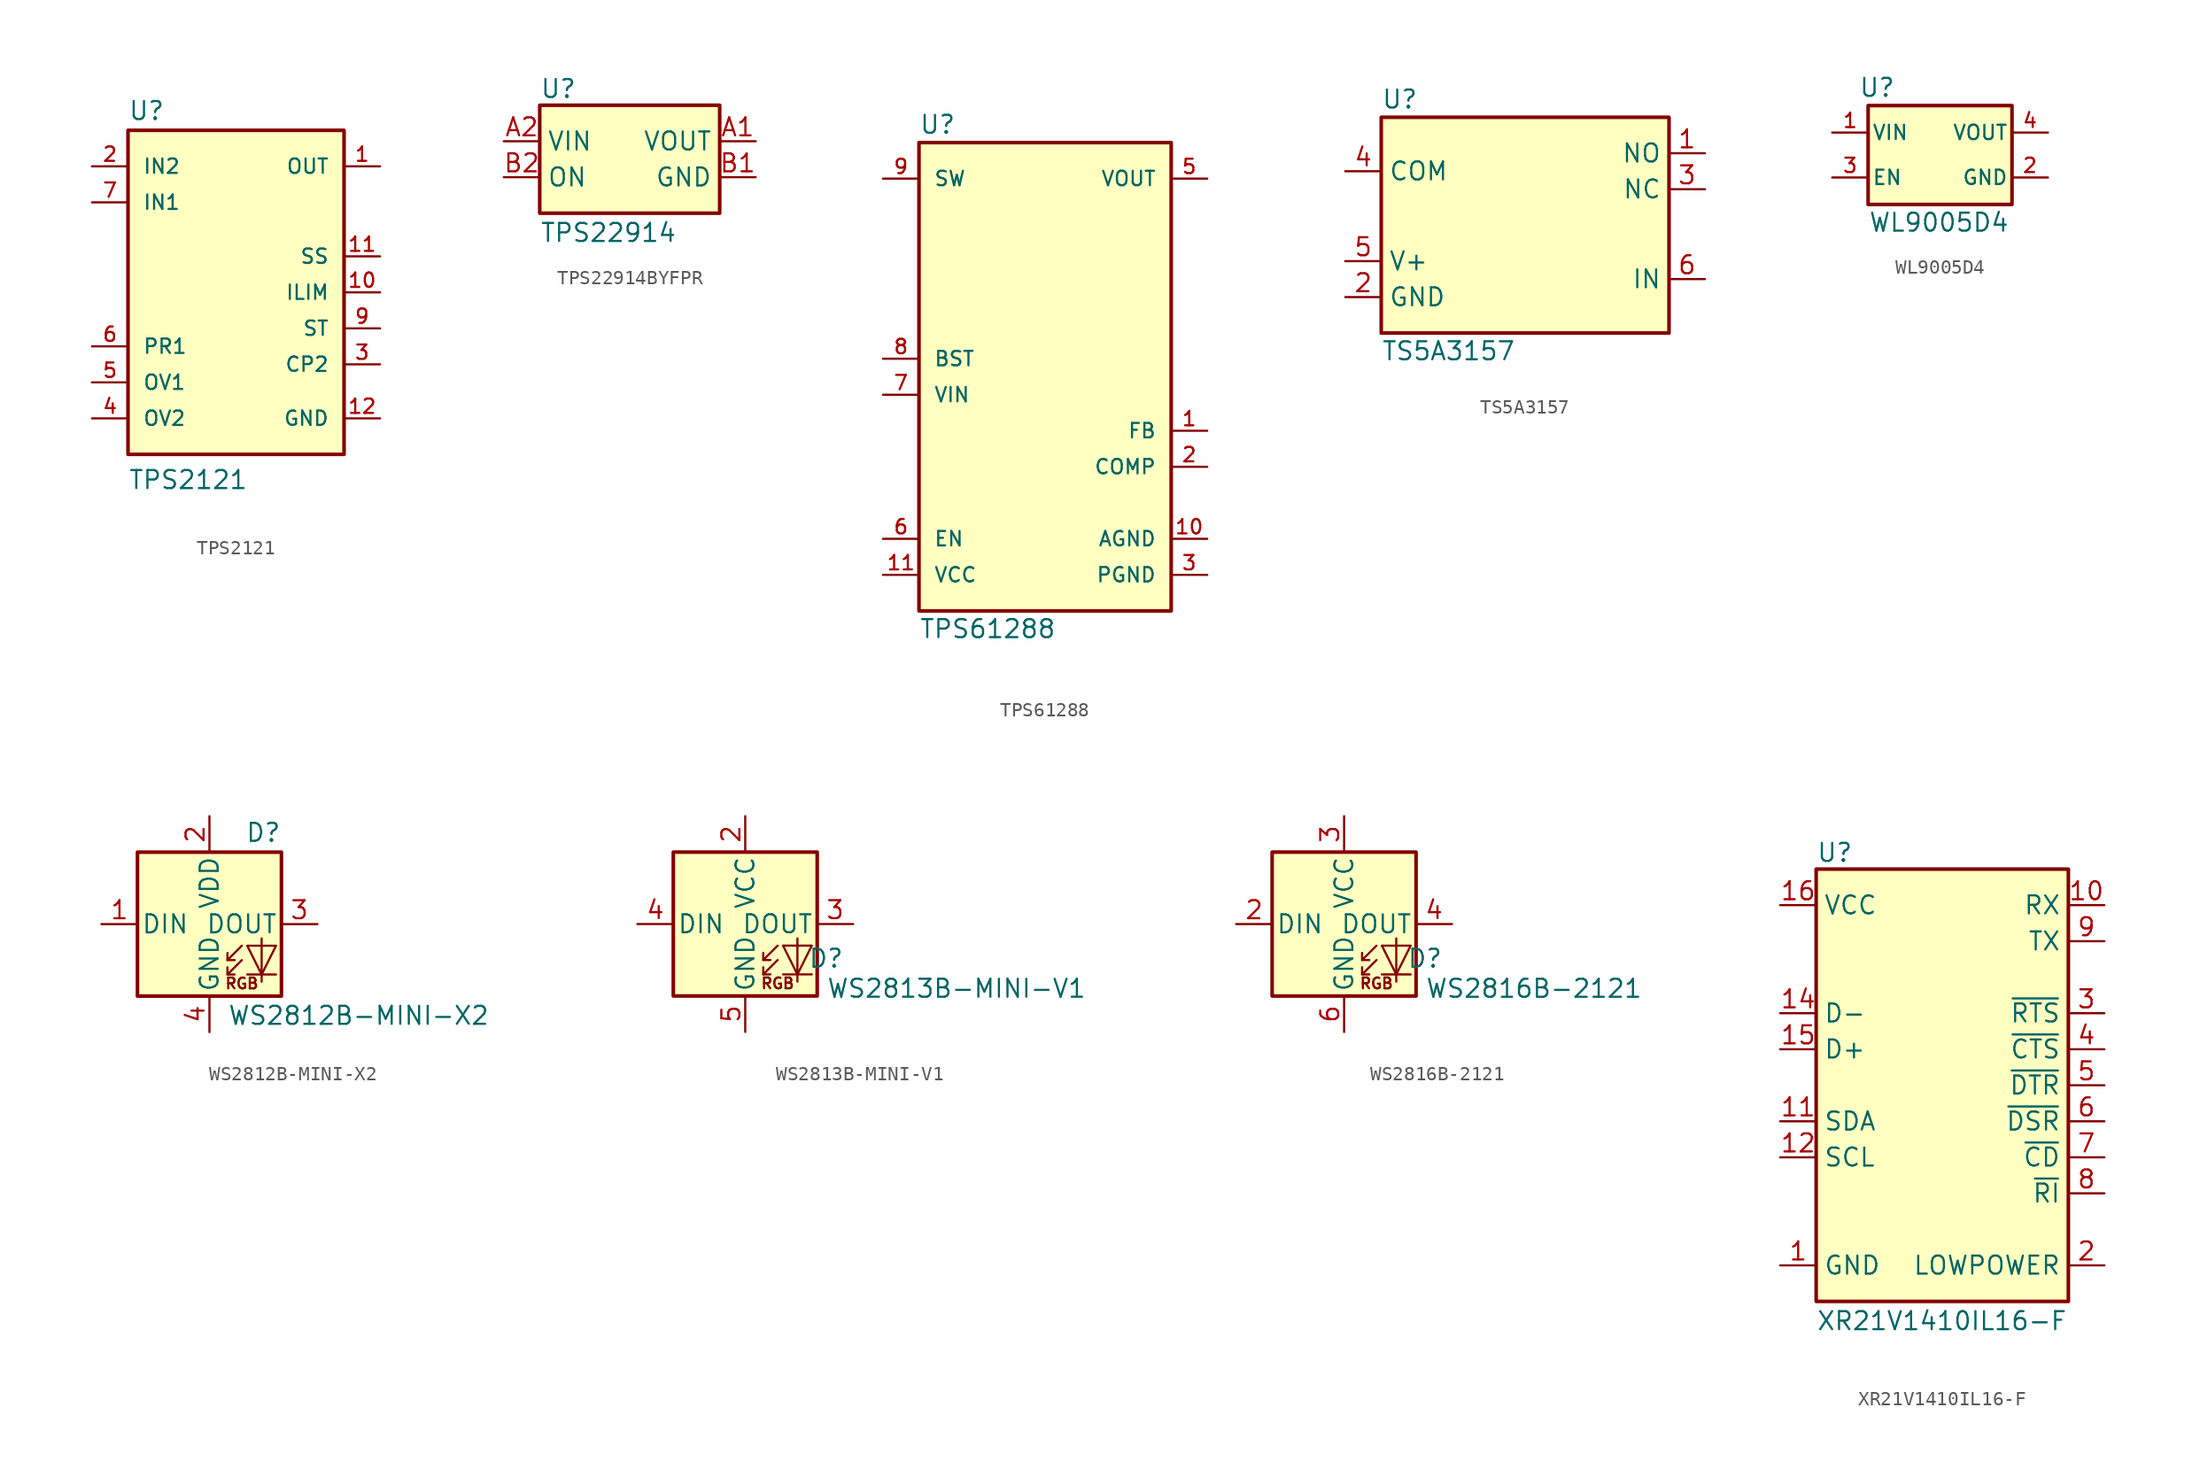
<source format=kicad_sym>
(kicad_symbol_lib
  (version 20241209)
  (generator "kicad_symbol_editor")
  (generator_version "9.0")
  (symbol "TPS2121"
    (pin_names
      (offset 1.016))
    (property "Reference" "U"
      (at -7.62 12.065 0)
      (do_not_autoplace)
      (effects (font (size 1.27 1.27)) (justify left bottom)))
    (property "Value" "TPS2121"
      (at -7.62 -13.97 0)
      (do_not_autoplace)
      (effects (font (size 1.27 1.27)) (justify left bottom)))
    (symbol "TPS2121_0_0"
      (rectangle (start -7.62 11.43) (end 7.62 -11.43) (stroke (width 0.254) (type default)) (fill (type background)))
      (pin input line (at -10.16 8.89 0) (length 2.54) (name "IN2" (effects (font (size 1.016 1.016)))) (number "2" (effects (font (size 1.016 1.016)))))
      (pin input line (at -10.16 6.35 0) (length 2.54) (name "IN1" (effects (font (size 1.016 1.016)))) (number "7" (effects (font (size 1.016 1.016)))))
      (pin input line (at -10.16 -3.81 0) (length 2.54) (name "PR1" (effects (font (size 1.016 1.016)))) (number "6" (effects (font (size 1.016 1.016)))))
      (pin input line (at -10.16 -6.35 0) (length 2.54) (name "OV1" (effects (font (size 1.016 1.016)))) (number "5" (effects (font (size 1.016 1.016)))))
      (pin input line (at -10.16 -8.89 0) (length 2.54) (name "OV2" (effects (font (size 1.016 1.016)))) (number "4" (effects (font (size 1.016 1.016)))))
      (pin output line (at 10.16 8.89 180) (length 2.54) (name "OUT" (effects (font (size 1.016 1.016)))) (number "1" (effects (font (size 1.016 1.016)))))
      (pin output line (at 10.16 8.89 180) (length 2.54) (hide yes) (name "OUT" (effects (font (size 1.016 1.016)))) (number "8" (effects (font (size 1.016 1.016)))))
      (pin passive line (at 10.16 2.54 180) (length 2.54) (name "SS" (effects (font (size 1.016 1.016)))) (number "11" (effects (font (size 1.016 1.016)))))
      (pin passive line (at 10.16 0 180) (length 2.54) (name "ILIM" (effects (font (size 1.016 1.016)))) (number "10" (effects (font (size 1.016 1.016)))))
      (pin output line (at 10.16 -2.54 180) (length 2.54) (name "ST" (effects (font (size 1.016 1.016)))) (number "9" (effects (font (size 1.016 1.016)))))
      (pin input line (at 10.16 -5.08 180) (length 2.54) (name "CP2" (effects (font (size 1.016 1.016)))) (number "3" (effects (font (size 1.016 1.016)))))
      (pin power_in line (at 10.16 -8.89 180) (length 2.54) (name "GND" (effects (font (size 1.016 1.016)))) (number "12" (effects (font (size 1.016 1.016)))))))
  (symbol "TPS22914BYFPR"
    (property "Reference" "U"
      (at -6.35 5.715 0)
      (do_not_autoplace)
      (effects (font (size 1.27 1.27)) (justify left top)))
    (property "Value" "TPS22914"
      (at -6.35 -4.445 0)
      (do_not_autoplace)
      (effects (font (size 1.27 1.27)) (justify left top)))
    (symbol "TPS22914BYFPR_1_1"
      (rectangle (start -6.35 3.81) (end 6.35 -3.81) (stroke (width 0.254) (type default)) (fill (type background)))
      (pin passive line (at -8.89 1.27 0) (length 2.54) (name "VIN" (effects (font (size 1.27 1.27)))) (number "A2" (effects (font (size 1.27 1.27)))))
      (pin passive line (at -8.89 -1.27 0) (length 2.54) (name "ON" (effects (font (size 1.27 1.27)))) (number "B2" (effects (font (size 1.27 1.27)))))
      (pin passive line (at 8.89 1.27 180) (length 2.54) (name "VOUT" (effects (font (size 1.27 1.27)))) (number "A1" (effects (font (size 1.27 1.27)))))
      (pin passive line (at 8.89 -1.27 180) (length 2.54) (name "GND" (effects (font (size 1.27 1.27)))) (number "B1" (effects (font (size 1.27 1.27)))))))
  (symbol "TPS61288"
    (pin_names
      (offset 1.016))
    (property "Reference" "U"
      (at -8.89 17.78 0)
      (do_not_autoplace)
      (effects (font (size 1.27 1.27)) (justify left)))
    (property "Value" "TPS61288"
      (at -8.89 -17.78 0)
      (do_not_autoplace)
      (effects (font (size 1.27 1.27)) (justify left)))
    (symbol "TPS61288_0_0"
      (rectangle (start -8.89 16.51) (end 8.89 -16.51) (stroke (width 0.254) (type default)) (fill (type background)))
      (pin power_out line (at -11.43 13.97 0) (length 2.54) (hide yes) (name "SW" (effects (font (size 1.016 1.016)))) (number "4" (effects (font (size 1.016 1.016)))))
      (pin power_out line (at -11.43 13.97 0) (length 2.54) (name "SW" (effects (font (size 1.016 1.016)))) (number "9" (effects (font (size 1.016 1.016)))))
      (pin output line (at -11.43 1.27 0) (length 2.54) (name "BST" (effects (font (size 1.016 1.016)))) (number "8" (effects (font (size 1.016 1.016)))))
      (pin power_in line (at -11.43 -1.27 0) (length 2.54) (name "VIN" (effects (font (size 1.016 1.016)))) (number "7" (effects (font (size 1.016 1.016)))))
      (pin input line (at -11.43 -11.43 0) (length 2.54) (name "EN" (effects (font (size 1.016 1.016)))) (number "6" (effects (font (size 1.016 1.016)))))
      (pin power_out line (at -11.43 -13.97 0) (length 2.54) (name "VCC" (effects (font (size 1.016 1.016)))) (number "11" (effects (font (size 1.016 1.016)))))
      (pin power_out line (at 11.43 13.97 180) (length 2.54) (name "VOUT" (effects (font (size 1.016 1.016)))) (number "5" (effects (font (size 1.016 1.016)))))
      (pin input line (at 11.43 -3.81 180) (length 2.54) (name "FB" (effects (font (size 1.016 1.016)))) (number "1" (effects (font (size 1.016 1.016)))))
      (pin output line (at 11.43 -6.35 180) (length 2.54) (name "COMP" (effects (font (size 1.016 1.016)))) (number "2" (effects (font (size 1.016 1.016)))))
      (pin power_in line (at 11.43 -11.43 180) (length 2.54) (name "AGND" (effects (font (size 1.016 1.016)))) (number "10" (effects (font (size 1.016 1.016)))))
      (pin power_in line (at 11.43 -13.97 180) (length 2.54) (name "PGND" (effects (font (size 1.016 1.016)))) (number "3" (effects (font (size 1.016 1.016)))))))
  (symbol "TS5A3157"
    (property "Reference" "U"
      (at -10.16 8.89 0)
      (do_not_autoplace)
      (effects (font (size 1.27 1.27)) (justify left)))
    (property "Value" "TS5A3157"
      (at -10.16 -8.89 0)
      (do_not_autoplace)
      (effects (font (size 1.27 1.27)) (justify left)))
    (symbol "TS5A3157_0_0"
      (rectangle (start -10.16 7.62) (end 10.16 -7.62) (stroke (width 0.254) (type default)) (fill (type background))))
    (symbol "TS5A3157_1_1"
      (pin bidirectional line (at -12.7 3.81 0) (length 2.54) (name "COM" (effects (font (size 1.27 1.27)))) (number "4" (effects (font (size 1.27 1.27)))))
      (pin power_in line (at -12.7 -2.54 0) (length 2.54) (name "V+" (effects (font (size 1.27 1.27)))) (number "5" (effects (font (size 1.27 1.27)))))
      (pin passive line (at -12.7 -5.08 0) (length 2.54) (name "GND" (effects (font (size 1.27 1.27)))) (number "2" (effects (font (size 1.27 1.27)))))
      (pin bidirectional line (at 12.7 5.08 180) (length 2.54) (name "NO" (effects (font (size 1.27 1.27)))) (number "1" (effects (font (size 1.27 1.27)))))
      (pin bidirectional line (at 12.7 2.54 180) (length 2.54) (name "NC" (effects (font (size 1.27 1.27)))) (number "3" (effects (font (size 1.27 1.27)))))
      (pin input line (at 12.7 -3.81 180) (length 2.54) (name "IN" (effects (font (size 1.27 1.27)))) (number "6" (effects (font (size 1.27 1.27)))))))
  (symbol "WL9005D4"
    (pin_names
      (offset 0.254))
    (property "Reference" "U"
      (at -4.445 3.175 0)
      (do_not_autoplace)
      (effects (font (size 1.27 1.27))))
    (property "Value" "WL9005D4"
      (at -5.08 -6.35 0)
      (do_not_autoplace)
      (effects (font (size 1.27 1.27)) (justify left)))
    (symbol "WL9005D4_0_1"
      (rectangle (start -5.08 1.905) (end 5.08 -5.08) (stroke (width 0.254) (type default)) (fill (type background))))
    (symbol "WL9005D4_1_1"
      (pin power_in line (at -7.62 0 0) (length 2.54) (name "VIN" (effects (font (size 1.016 1.016)))) (number "1" (effects (font (size 1.016 1.016)))))
      (pin input line (at -7.62 -3.175 0) (length 2.54) (name "EN" (effects (font (size 1.016 1.016)))) (number "3" (effects (font (size 1.016 1.016)))))
      (pin power_out line (at 7.62 0 180) (length 2.54) (name "VOUT" (effects (font (size 1.016 1.016)))) (number "4" (effects (font (size 1.016 1.016)))))
      (pin power_in line (at 7.62 -3.175 180) (length 2.54) (name "GND" (effects (font (size 1.016 1.016)))) (number "2" (effects (font (size 1.016 1.016)))))
      (pin power_in line (at 7.62 -3.175 180) (length 2.54) (hide yes) (name "GND" (effects (font (size 1.016 1.016)))) (number "5" (effects (font (size 1.016 1.016)))))))
  (symbol "WS2812B-MINI-X2"
    (pin_names
      (offset 0.254))
    (property "Reference" "D"
      (at 5.08 5.715 0)
      (effects (font (size 1.27 1.27)) (justify right bottom)))
    (property "Value" "WS2812B-MINI-X2"
      (at 1.27 -5.715 0)
      (effects (font (size 1.27 1.27)) (justify left top)))
    (symbol "WS2812B-MINI-X2_0_0"
      (text "RGB" (at 2.286 -4.191 0) (effects (font (size 0.762 0.762)))))
    (symbol "WS2812B-MINI-X2_0_1"
      (polyline (pts (xy 1.27 -2.54) (xy 1.778 -2.54)) (stroke (width 0) (type default)) (fill (type none)))
      (polyline (pts (xy 1.27 -3.556) (xy 1.778 -3.556)) (stroke (width 0) (type default)) (fill (type none)))
      (polyline (pts (xy 2.286 -1.524) (xy 1.27 -2.54) (xy 1.27 -2.032)) (stroke (width 0) (type default)) (fill (type none)))
      (polyline (pts (xy 2.286 -2.54) (xy 1.27 -3.556) (xy 1.27 -3.048)) (stroke (width 0) (type default)) (fill (type none)))
      (polyline (pts (xy 3.683 -1.016) (xy 3.683 -3.556) (xy 3.683 -4.064)) (stroke (width 0) (type default)) (fill (type none)))
      (polyline (pts (xy 4.699 -1.524) (xy 2.667 -1.524) (xy 3.683 -3.556) (xy 4.699 -1.524)) (stroke (width 0) (type default)) (fill (type none)))
      (polyline (pts (xy 4.699 -3.556) (xy 2.667 -3.556)) (stroke (width 0) (type default)) (fill (type none)))
      (rectangle (start 5.08 5.08) (end -5.08 -5.08) (stroke (width 0.254) (type default)) (fill (type background))))
    (symbol "WS2812B-MINI-X2_1_1"
      (pin input line (at -7.62 0 0) (length 2.54) (name "DIN" (effects (font (size 1.27 1.27)))) (number "1" (effects (font (size 1.27 1.27)))))
      (pin power_in line (at 0 7.62 270) (length 2.54) (name "VDD" (effects (font (size 1.27 1.27)))) (number "2" (effects (font (size 1.27 1.27)))))
      (pin power_in line (at 0 -7.62 90) (length 2.54) (name "GND" (effects (font (size 1.27 1.27)))) (number "4" (effects (font (size 1.27 1.27)))))
      (pin output line (at 7.62 0 180) (length 2.54) (name "DOUT" (effects (font (size 1.27 1.27)))) (number "3" (effects (font (size 1.27 1.27)))))))
  (symbol "WS2813B-MINI-V1"
    (pin_names
      (offset 0.254))
    (property "Reference" "D"
      (at 6.985 -3.175 0)
      (do_not_autoplace)
      (effects (font (size 1.27 1.27)) (justify right bottom)))
    (property "Value" "WS2813B-MINI-V1"
      (at 5.715 -3.81 0)
      (do_not_autoplace)
      (effects (font (size 1.27 1.27)) (justify left top)))
    (symbol "WS2813B-MINI-V1_0_0"
      (text "RGB" (at 2.286 -4.191 0) (effects (font (size 0.762 0.762)))))
    (symbol "WS2813B-MINI-V1_0_1"
      (polyline (pts (xy 1.27 -2.54) (xy 1.778 -2.54)) (stroke (width 0) (type default)) (fill (type none)))
      (polyline (pts (xy 1.27 -3.556) (xy 1.778 -3.556)) (stroke (width 0) (type default)) (fill (type none)))
      (polyline (pts (xy 2.286 -1.524) (xy 1.27 -2.54) (xy 1.27 -2.032)) (stroke (width 0) (type default)) (fill (type none)))
      (polyline (pts (xy 2.286 -2.54) (xy 1.27 -3.556) (xy 1.27 -3.048)) (stroke (width 0) (type default)) (fill (type none)))
      (polyline (pts (xy 3.683 -1.016) (xy 3.683 -3.556) (xy 3.683 -4.064)) (stroke (width 0) (type default)) (fill (type none)))
      (polyline (pts (xy 4.699 -1.524) (xy 2.667 -1.524) (xy 3.683 -3.556) (xy 4.699 -1.524)) (stroke (width 0) (type default)) (fill (type none)))
      (polyline (pts (xy 4.699 -3.556) (xy 2.667 -3.556)) (stroke (width 0) (type default)) (fill (type none)))
      (rectangle (start 5.08 5.08) (end -5.08 -5.08) (stroke (width 0.254) (type default)) (fill (type background))))
    (symbol "WS2813B-MINI-V1_1_1"
      (pin no_connect line (at -7.62 2.54 0) (length 2.54) (hide yes) (name "BI" (effects (font (size 1.27 1.27)))) (number "1" (effects (font (size 1.27 1.27)))))
      (pin input line (at -7.62 0 0) (length 2.54) (name "DIN" (effects (font (size 1.27 1.27)))) (number "4" (effects (font (size 1.27 1.27)))))
      (pin power_in line (at 0 7.62 270) (length 2.54) (name "VCC" (effects (font (size 1.27 1.27)))) (number "2" (effects (font (size 1.27 1.27)))))
      (pin power_in line (at 0 -7.62 90) (length 2.54) (name "GND" (effects (font (size 1.27 1.27)))) (number "5" (effects (font (size 1.27 1.27)))))
      (pin no_connect line (at 7.62 2.54 180) (length 2.54) (hide yes) (name "BO" (effects (font (size 1.27 1.27)))) (number "6" (effects (font (size 1.27 1.27)))))
      (pin output line (at 7.62 0 180) (length 2.54) (name "DOUT" (effects (font (size 1.27 1.27)))) (number "3" (effects (font (size 1.27 1.27)))))))
  (symbol "WS2816B-2121"
    (pin_names
      (offset 0.254))
    (property "Reference" "D"
      (at 6.985 -3.175 0)
      (do_not_autoplace)
      (effects (font (size 1.27 1.27)) (justify right bottom)))
    (property "Value" "WS2816B-2121"
      (at 5.715 -3.81 0)
      (do_not_autoplace)
      (effects (font (size 1.27 1.27)) (justify left top)))
    (symbol "WS2816B-2121_0_0"
      (text "RGB" (at 2.286 -4.191 0) (effects (font (size 0.762 0.762)))))
    (symbol "WS2816B-2121_0_1"
      (polyline (pts (xy 1.27 -2.54) (xy 1.778 -2.54)) (stroke (width 0) (type default)) (fill (type none)))
      (polyline (pts (xy 1.27 -3.556) (xy 1.778 -3.556)) (stroke (width 0) (type default)) (fill (type none)))
      (polyline (pts (xy 2.286 -1.524) (xy 1.27 -2.54) (xy 1.27 -2.032)) (stroke (width 0) (type default)) (fill (type none)))
      (polyline (pts (xy 2.286 -2.54) (xy 1.27 -3.556) (xy 1.27 -3.048)) (stroke (width 0) (type default)) (fill (type none)))
      (polyline (pts (xy 3.683 -1.016) (xy 3.683 -3.556) (xy 3.683 -4.064)) (stroke (width 0) (type default)) (fill (type none)))
      (polyline (pts (xy 4.699 -1.524) (xy 2.667 -1.524) (xy 3.683 -3.556) (xy 4.699 -1.524)) (stroke (width 0) (type default)) (fill (type none)))
      (polyline (pts (xy 4.699 -3.556) (xy 2.667 -3.556)) (stroke (width 0) (type default)) (fill (type none)))
      (rectangle (start 5.08 5.08) (end -5.08 -5.08) (stroke (width 0.254) (type default)) (fill (type background))))
    (symbol "WS2816B-2121_1_1"
      (pin no_connect line (at -7.62 2.54 0) (length 2.54) (hide yes) (name "BI" (effects (font (size 1.27 1.27)))) (number "1" (effects (font (size 1.27 1.27)))))
      (pin input line (at -7.62 0 0) (length 2.54) (name "DIN" (effects (font (size 1.27 1.27)))) (number "2" (effects (font (size 1.27 1.27)))))
      (pin power_in line (at 0 7.62 270) (length 2.54) (name "VCC" (effects (font (size 1.27 1.27)))) (number "3" (effects (font (size 1.27 1.27)))))
      (pin power_in line (at 0 -7.62 90) (length 2.54) (name "GND" (effects (font (size 1.27 1.27)))) (number "6" (effects (font (size 1.27 1.27)))))
      (pin no_connect line (at 7.62 2.54 180) (length 2.54) (hide yes) (name "BO" (effects (font (size 1.27 1.27)))) (number "5" (effects (font (size 1.27 1.27)))))
      (pin output line (at 7.62 0 180) (length 2.54) (name "DOUT" (effects (font (size 1.27 1.27)))) (number "4" (effects (font (size 1.27 1.27)))))))
  (symbol "XR21V1410IL16-F"
    (property "Reference" "U"
      (at -8.89 17.145 0)
      (effects (font (size 1.27 1.27)) (justify left top)))
    (property "Value" "XR21V1410IL16-F"
      (at -8.89 -15.875 0)
      (effects (font (size 1.27 1.27)) (justify left top)))
    (symbol "XR21V1410IL16-F_1_1"
      (rectangle (start -8.89 15.24) (end 8.89 -15.24) (stroke (width 0.254) (type default)) (fill (type background)))
      (pin passive line (at -11.43 12.7 0) (length 2.54) (name "VCC" (effects (font (size 1.27 1.27)))) (number "16" (effects (font (size 1.27 1.27)))))
      (pin passive line (at -11.43 5.08 0) (length 2.54) (name "D-" (effects (font (size 1.27 1.27)))) (number "14" (effects (font (size 1.27 1.27)))))
      (pin passive line (at -11.43 2.54 0) (length 2.54) (name "D+" (effects (font (size 1.27 1.27)))) (number "15" (effects (font (size 1.27 1.27)))))
      (pin passive line (at -11.43 -2.54 0) (length 2.54) (name "SDA" (effects (font (size 1.27 1.27)))) (number "11" (effects (font (size 1.27 1.27)))))
      (pin passive line (at -11.43 -5.08 0) (length 2.54) (name "SCL" (effects (font (size 1.27 1.27)))) (number "12" (effects (font (size 1.27 1.27)))))
      (pin passive line (at -11.43 -12.7 0) (length 2.54) (name "GND" (effects (font (size 1.27 1.27)))) (number "1" (effects (font (size 1.27 1.27)))))
      (pin passive line (at -11.43 -12.7 0) (length 2.54) (hide yes) (name "GND" (effects (font (size 1.27 1.27)))) (number "13" (effects (font (size 1.27 1.27)))))
      (pin passive line (at -11.43 -12.7 0) (length 2.54) (hide yes) (name "GND" (effects (font (size 1.27 1.27)))) (number "17" (effects (font (size 1.27 1.27)))))
      (pin passive line (at 11.43 12.7 180) (length 2.54) (name "RX" (effects (font (size 1.27 1.27)))) (number "10" (effects (font (size 1.27 1.27)))))
      (pin passive line (at 11.43 10.16 180) (length 2.54) (name "TX" (effects (font (size 1.27 1.27)))) (number "9" (effects (font (size 1.27 1.27)))))
      (pin passive line (at 11.43 5.08 180) (length 2.54) (name "~{RTS}" (effects (font (size 1.27 1.27)))) (number "3" (effects (font (size 1.27 1.27)))))
      (pin passive line (at 11.43 2.54 180) (length 2.54) (name "~{CTS}" (effects (font (size 1.27 1.27)))) (number "4" (effects (font (size 1.27 1.27)))))
      (pin passive line (at 11.43 0 180) (length 2.54) (name "~{DTR}" (effects (font (size 1.27 1.27)))) (number "5" (effects (font (size 1.27 1.27)))))
      (pin passive line (at 11.43 -2.54 180) (length 2.54) (name "~{DSR}" (effects (font (size 1.27 1.27)))) (number "6" (effects (font (size 1.27 1.27)))))
      (pin passive line (at 11.43 -5.08 180) (length 2.54) (name "~{CD}" (effects (font (size 1.27 1.27)))) (number "7" (effects (font (size 1.27 1.27)))))
      (pin passive line (at 11.43 -7.62 180) (length 2.54) (name "~{RI}" (effects (font (size 1.27 1.27)))) (number "8" (effects (font (size 1.27 1.27)))))
      (pin passive line (at 11.43 -12.7 180) (length 2.54) (name "LOWPOWER" (effects (font (size 1.27 1.27)))) (number "2" (effects (font (size 1.27 1.27))))))))
</source>
